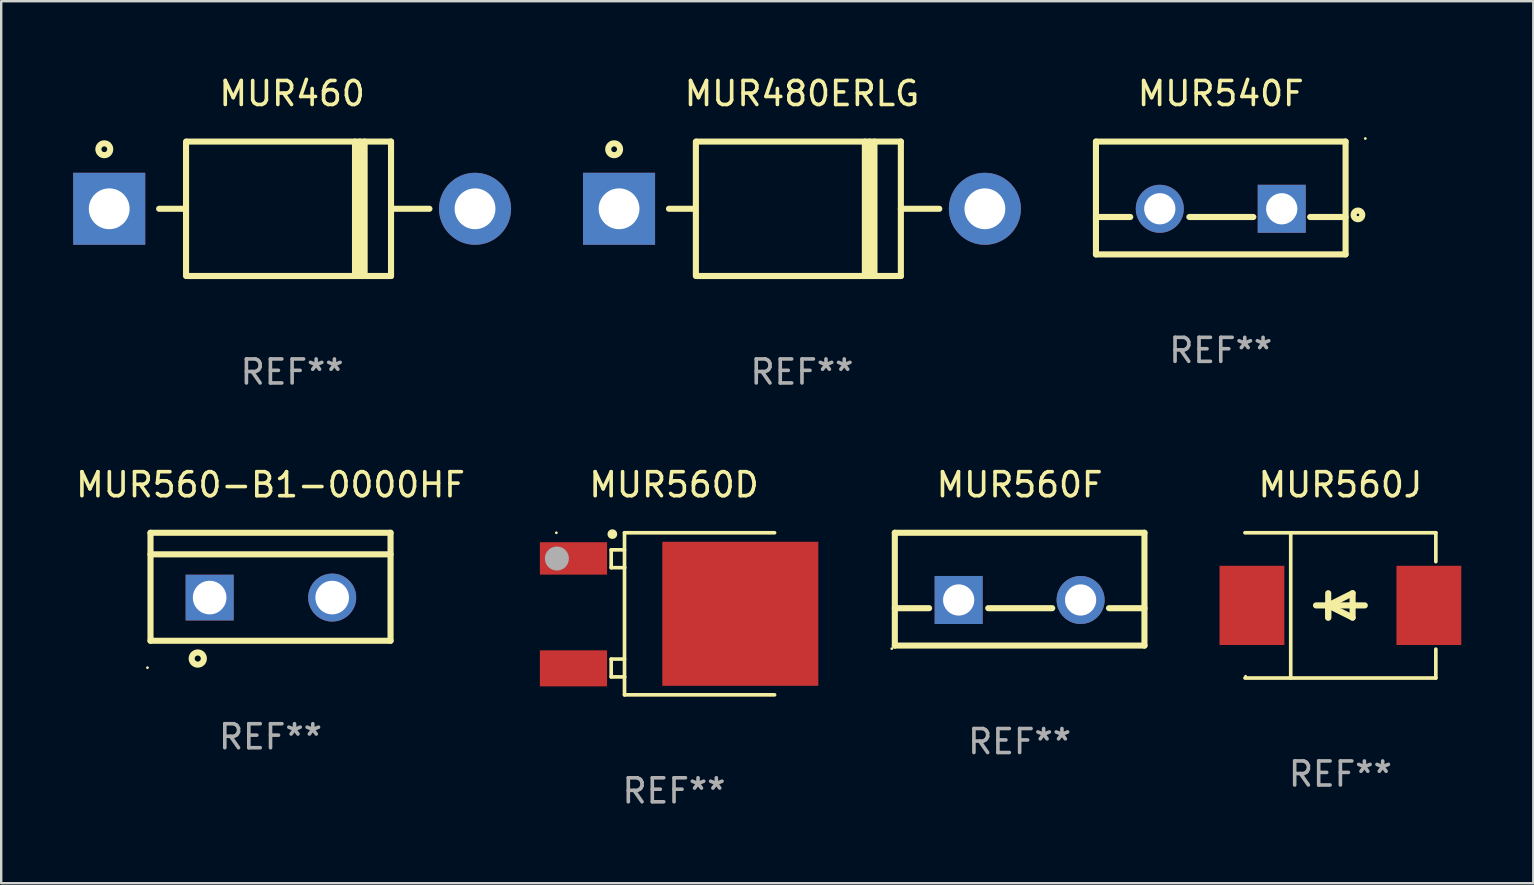
<source format=kicad_pcb>
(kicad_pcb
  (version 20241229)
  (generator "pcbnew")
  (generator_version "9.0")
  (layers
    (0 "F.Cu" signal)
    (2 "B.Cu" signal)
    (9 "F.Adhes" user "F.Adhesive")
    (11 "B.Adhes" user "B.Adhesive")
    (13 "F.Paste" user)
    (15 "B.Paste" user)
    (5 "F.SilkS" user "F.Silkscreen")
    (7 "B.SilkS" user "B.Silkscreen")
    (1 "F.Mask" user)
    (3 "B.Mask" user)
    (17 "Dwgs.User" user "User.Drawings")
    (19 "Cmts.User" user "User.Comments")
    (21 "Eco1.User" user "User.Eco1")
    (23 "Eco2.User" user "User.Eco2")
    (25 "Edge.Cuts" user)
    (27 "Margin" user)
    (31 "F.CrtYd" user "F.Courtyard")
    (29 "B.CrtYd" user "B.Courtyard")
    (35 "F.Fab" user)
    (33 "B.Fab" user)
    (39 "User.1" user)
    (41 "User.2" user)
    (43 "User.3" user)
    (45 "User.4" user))
  (footprint "MUR560D"
    (layer "F.Cu")
    (at 25.03 22.521)
    (property "Reference" "MUR560D" (at 0 -5.376 0) (layer "F.SilkS") (effects (font (size 1 1) (thickness 0.15))))
    (attr through_hole)
    (fp_line (start -2.618 -2.664) (end -2.618 -1.922) (stroke (width 0.152) (type solid)) (layer "F.SilkS"))
    (fp_line (start -2.618 -1.922) (end -2.062 -1.922) (stroke (width 0.152) (type solid)) (layer "F.SilkS"))
    (fp_line (start -2.618 1.886) (end -2.618 2.628) (stroke (width 0.152) (type solid)) (layer "F.SilkS"))
    (fp_line (start -2.618 2.628) (end -2.062 2.628) (stroke (width 0.152) (type solid)) (layer "F.SilkS"))
    (fp_line (start -2.063 -3.376) (end -2.063 3.376) (stroke (width 0.152) (type solid)) (layer "F.SilkS"))
    (fp_line (start -2.062 -2.664) (end -2.618 -2.664) (stroke (width 0.152) (type solid)) (layer "F.SilkS"))
    (fp_line (start -2.062 -1.922) (end -2.062 -1.933) (stroke (width 0.152) (type solid)) (layer "F.SilkS"))
    (fp_line (start -2.062 1.886) (end -2.618 1.886) (stroke (width 0.152) (type solid)) (layer "F.SilkS"))
    (fp_line (start -2.062 2.628) (end -2.062 2.617) (stroke (width 0.152) (type solid)) (layer "F.SilkS"))
    (fp_line (start 4.189 -3.376) (end -2.063 -3.376) (stroke (width 0.152) (type solid)) (layer "F.SilkS"))
    (fp_line (start 4.189 3.376) (end -2.063 3.376) (stroke (width 0.152) (type solid)) (layer "F.SilkS"))
    (fp_arc (start -2.570879 -3.319279) (mid -2.569609 -3.319283) (end -2.568339 -3.319279) (stroke (width 0.4) (type solid)) (layer "F.SilkS"))
    (fp_circle (center -4.902 -3.375) (end -4.872 -3.375) (stroke (width 0.06) (type solid)) (fill no) (layer "F.SilkS"))
    (fp_circle (center -4.88 -2.303) (end -4.63 -2.303) (stroke (width 0.5) (type solid)) (fill no) (layer "F.Fab"))
    (fp_text user "REF**" (at 0 7.376 0) (layer "F.Fab") (effects (font (size 1 1) (thickness 0.15))))
    (pad "1" smd rect (at -4.189 -2.307) (size 2.8 1.35) (layers "F.Cu" "F.Mask" "F.Paste"))
    (pad "3" smd rect (at -4.189 2.273) (size 2.8 1.5) (layers "F.Cu" "F.Mask" "F.Paste"))
    (pad "4" smd rect (at 2.761 -0.000076) (size 6.5 6) (layers "F.Cu" "F.Mask" "F.Paste")))
  (footprint "MUR560-B1-0000HF"
    (layer "F.Cu")
    (at 8.22 21.395)
    (property "Reference" "MUR560-B1-0000HF" (at 0 -4.25 0) (layer "F.SilkS") (effects (font (size 1 1) (thickness 0.15))))
    (attr through_hole)
    (fp_line (start -5 -2.25) (end 5 -2.25) (stroke (width 0.254) (type solid)) (layer "F.SilkS"))
    (fp_line (start -5 -1.351) (end 5 -1.351) (stroke (width 0.254) (type solid)) (layer "F.SilkS"))
    (fp_line (start -5 2.25) (end -5 -2.25) (stroke (width 0.254) (type solid)) (layer "F.SilkS"))
    (fp_line (start -5 2.25) (end 5 2.25) (stroke (width 0.254) (type solid)) (layer "F.SilkS"))
    (fp_line (start 5 2.25) (end 5 -2.25) (stroke (width 0.254) (type solid)) (layer "F.SilkS"))
    (fp_circle (center -5.127 3.371) (end -5.097 3.371) (stroke (width 0.06) (type solid)) (fill no) (layer "F.SilkS"))
    (fp_circle (center -3.031 2.99) (end -2.777 2.99) (stroke (width 0.254) (type solid)) (fill no) (layer "F.SilkS"))
    (fp_text user "REF**" (at 0 6.25 0) (layer "F.Fab") (effects (font (size 1 1) (thickness 0.15))))
    (pad "1" thru_hole rect (at -2.536 0.45 90) (size 1.905 2) (drill 1.4) (layers "*.Cu" "*.Mask"))
    (pad "3" thru_hole circle (at 2.569 0.45) (size 2 2) (drill 1.4) (layers "*.Cu" "*.Mask")))
  (footprint "MUR480ERLG"
    (layer "F.Cu")
    (at 30.36 5.648)
    (property "Reference" "MUR480ERLG" (at 0 -4.8 0) (layer "F.SilkS") (effects (font (size 1 1) (thickness 0.15))))
    (attr through_hole)
    (fp_line (start -5.54 0) (end -4.44 0) (stroke (width 0.254) (type solid)) (layer "F.SilkS"))
    (fp_line (start -4.42 2.8) (end -4.42 -2.8) (stroke (width 0.254) (type solid)) (layer "F.SilkS"))
    (fp_line (start -4.38 -2.8) (end 4.12 -2.8) (stroke (width 0.254) (type solid)) (layer "F.SilkS"))
    (fp_line (start 2.62 -2.8) (end 2.62 2.8) (stroke (width 0.254) (type solid)) (layer "F.SilkS"))
    (fp_line (start 2.82 -2.8) (end 2.82 2.8) (stroke (width 0.254) (type solid)) (layer "F.SilkS"))
    (fp_line (start 3.02 -2.8) (end 3.02 2.8) (stroke (width 0.254) (type solid)) (layer "F.SilkS"))
    (fp_line (start 4.12 -2.8) (end 4.12 2.8) (stroke (width 0.254) (type solid)) (layer "F.SilkS"))
    (fp_line (start 4.12 0) (end 5.72 0) (stroke (width 0.254) (type solid)) (layer "F.SilkS"))
    (fp_line (start 4.12 2.8) (end -4.38 2.8) (stroke (width 0.254) (type solid)) (layer "F.SilkS"))
    (fp_circle (center -7.825 -2.48) (end -7.705 -2.48) (stroke (width 0.254) (type solid)) (fill no) (layer "F.SilkS"))
    (fp_text user "REF**" (at 0 6.8 0) (layer "F.Fab") (effects (font (size 1 1) (thickness 0.15))))
    (pad "1" thru_hole rect (at -7.62 0 180) (size 3 3) (drill 1.7) (layers "*.Cu" "*.Mask"))
    (pad "2" thru_hole circle (at 7.62 0) (size 3 3) (drill 1.7) (layers "*.Cu" "*.Mask")))
  (footprint "MUR460"
    (layer "F.Cu")
    (at 9.12 5.648)
    (property "Reference" "MUR460" (at 0 -4.8 0) (layer "F.SilkS") (effects (font (size 1 1) (thickness 0.15))))
    (attr through_hole)
    (fp_line (start -5.54 0) (end -4.44 0) (stroke (width 0.254) (type solid)) (layer "F.SilkS"))
    (fp_line (start -4.42 2.8) (end -4.42 -2.8) (stroke (width 0.254) (type solid)) (layer "F.SilkS"))
    (fp_line (start -4.38 -2.8) (end 4.12 -2.8) (stroke (width 0.254) (type solid)) (layer "F.SilkS"))
    (fp_line (start 2.62 -2.8) (end 2.62 2.8) (stroke (width 0.254) (type solid)) (layer "F.SilkS"))
    (fp_line (start 2.82 -2.8) (end 2.82 2.8) (stroke (width 0.254) (type solid)) (layer "F.SilkS"))
    (fp_line (start 3.02 -2.8) (end 3.02 2.8) (stroke (width 0.254) (type solid)) (layer "F.SilkS"))
    (fp_line (start 4.12 -2.8) (end 4.12 2.8) (stroke (width 0.254) (type solid)) (layer "F.SilkS"))
    (fp_line (start 4.12 0) (end 5.72 0) (stroke (width 0.254) (type solid)) (layer "F.SilkS"))
    (fp_line (start 4.12 2.8) (end -4.38 2.8) (stroke (width 0.254) (type solid)) (layer "F.SilkS"))
    (fp_circle (center -7.825 -2.48) (end -7.705 -2.48) (stroke (width 0.254) (type solid)) (fill no) (layer "F.SilkS"))
    (fp_text user "REF**" (at 0 6.8 0) (layer "F.Fab") (effects (font (size 1 1) (thickness 0.15))))
    (pad "1" thru_hole rect (at -7.62 0 180) (size 3 3) (drill 1.7) (layers "*.Cu" "*.Mask"))
    (pad "2" thru_hole circle (at 7.62 0) (size 3 3) (drill 1.7) (layers "*.Cu" "*.Mask")))
  (footprint "MUR540F"
    (layer "F.Cu")
    (at 47.807 5.198)
    (property "Reference" "MUR540F" (at 0 -4.35 0) (layer "F.SilkS") (effects (font (size 1 1) (thickness 0.15))))
    (attr through_hole)
    (fp_line (start -5.2 -2.35) (end -5.2 2.35) (stroke (width 0.254) (type solid)) (layer "F.SilkS"))
    (fp_line (start -5.2 -2.35) (end 5.2 -2.35) (stroke (width 0.254) (type solid)) (layer "F.SilkS"))
    (fp_line (start -5.2 0.792) (end -3.771 0.792) (stroke (width 0.254) (type solid)) (layer "F.SilkS"))
    (fp_line (start -5.2 2.35) (end 5.2 2.35) (stroke (width 0.254) (type solid)) (layer "F.SilkS"))
    (fp_line (start -1.309 0.792) (end 1.357 0.792) (stroke (width 0.254) (type solid)) (layer "F.SilkS"))
    (fp_line (start 3.723 0.792) (end 5.2 0.792) (stroke (width 0.254) (type solid)) (layer "F.SilkS"))
    (fp_line (start 5.2 -2.35) (end 5.2 2.35) (stroke (width 0.254) (type solid)) (layer "F.SilkS"))
    (fp_circle (center 5.715 0.704) (end 5.895 0.704) (stroke (width 0.254) (type solid)) (fill no) (layer "F.SilkS"))
    (fp_circle (center 6.022 -2.477) (end 6.052 -2.477) (stroke (width 0.06) (type solid)) (fill no) (layer "F.SilkS"))
    (fp_text user "REF**" (at 0 6.35 0) (layer "F.Fab") (effects (font (size 1 1) (thickness 0.15))))
    (pad "1" thru_hole rect (at 2.54 0.45) (size 2 2) (drill 1.3) (layers "*.Cu" "*.Mask"))
    (pad "2" thru_hole circle (at -2.54 0.45) (size 2 2) (drill 1.3) (layers "*.Cu" "*.Mask")))
  (footprint "MUR560J"
    (layer "F.Cu")
    (at 52.791 22.171)
    (property "Reference" "MUR560J" (at 0 -5.026 0) (layer "F.SilkS") (effects (font (size 1 1) (thickness 0.15))))
    (attr through_hole)
    (fp_line (start -3.976 -3.026) (end 3.976 -3.026) (stroke (width 0.152) (type solid)) (layer "F.SilkS"))
    (fp_line (start -3.976 3.026) (end 3.976 3.026) (stroke (width 0.152) (type solid)) (layer "F.SilkS"))
    (fp_line (start -2.069 -3.026) (end -2.069 3.026) (stroke (width 0.152) (type solid)) (layer "F.SilkS"))
    (fp_line (start -0.508 0) (end -0.508 0.508) (stroke (width 0.254) (type solid)) (layer "F.SilkS"))
    (fp_line (start -0.508 0) (end 0.508 0.508) (stroke (width 0.254) (type solid)) (layer "F.SilkS"))
    (fp_line (start -0.508 0.508) (end -0.508 -0.508) (stroke (width 0.254) (type solid)) (layer "F.SilkS"))
    (fp_line (start 0.508 -0.508) (end -0.508 0) (stroke (width 0.254) (type solid)) (layer "F.SilkS"))
    (fp_line (start 0.508 0.508) (end 0.508 -0.508) (stroke (width 0.254) (type solid)) (layer "F.SilkS"))
    (fp_line (start 1.016 0) (end -1.016 0) (stroke (width 0.254) (type solid)) (layer "F.SilkS"))
    (fp_line (start 3.976 -3.026) (end 3.976 -1.823) (stroke (width 0.152) (type solid)) (layer "F.SilkS"))
    (fp_line (start 3.976 3.026) (end 3.976 1.823) (stroke (width 0.152) (type solid)) (layer "F.SilkS"))
    (fp_circle (center -3.95 2.95) (end -3.92 2.95) (stroke (width 0.06) (type solid)) (fill no) (layer "F.SilkS"))
    (fp_text user "REF**" (at 0 7.026 0) (layer "F.Fab") (effects (font (size 1 1) (thickness 0.15))))
    (pad "1" smd rect (at -3.686 0) (size 2.7 3.3) (layers "F.Cu" "F.Mask" "F.Paste"))
    (pad "2" smd rect (at 3.686 0) (size 2.7 3.3) (layers "F.Cu" "F.Mask" "F.Paste")))
  (footprint "MUR560F"
    (layer "F.Cu")
    (at 39.428 21.495)
    (property "Reference" "MUR560F" (at 0 -4.35 0) (layer "F.SilkS") (effects (font (size 1 1) (thickness 0.15))))
    (attr through_hole)
    (fp_line (start -5.2 -2.35) (end -5.2 2.35) (stroke (width 0.254) (type solid)) (layer "F.SilkS"))
    (fp_line (start -5.2 -2.35) (end 5.2 -2.35) (stroke (width 0.254) (type solid)) (layer "F.SilkS"))
    (fp_line (start -5.2 0.792) (end -3.771 0.792) (stroke (width 0.254) (type solid)) (layer "F.SilkS"))
    (fp_line (start -5.2 2.35) (end 5.2 2.35) (stroke (width 0.254) (type solid)) (layer "F.SilkS"))
    (fp_line (start -1.309 0.792) (end 1.357 0.792) (stroke (width 0.254) (type solid)) (layer "F.SilkS"))
    (fp_line (start 3.723 0.792) (end 5.2 0.792) (stroke (width 0.254) (type solid)) (layer "F.SilkS"))
    (fp_line (start 5.2 -2.35) (end 5.2 2.35) (stroke (width 0.254) (type solid)) (layer "F.SilkS"))
    (fp_circle (center -5.327 2.477) (end -5.297 2.477) (stroke (width 0.06) (type solid)) (fill no) (layer "F.SilkS"))
    (fp_text user "REF**" (at 0 6.35 0) (layer "F.Fab") (effects (font (size 1 1) (thickness 0.15))))
    (pad "1" thru_hole rect (at -2.54 0.45) (size 2 2) (drill 1.3) (layers "*.Cu" "*.Mask"))
    (pad "2" thru_hole circle (at 2.54 0.45) (size 2 2) (drill 1.3) (layers "*.Cu" "*.Mask")))
  (gr_rect
    (start -3 -3)
    (end 60.827 33.745)
    (stroke (width 0.1) (type default))
    (fill no)
    (layer "Edge.Cuts")))
</source>
